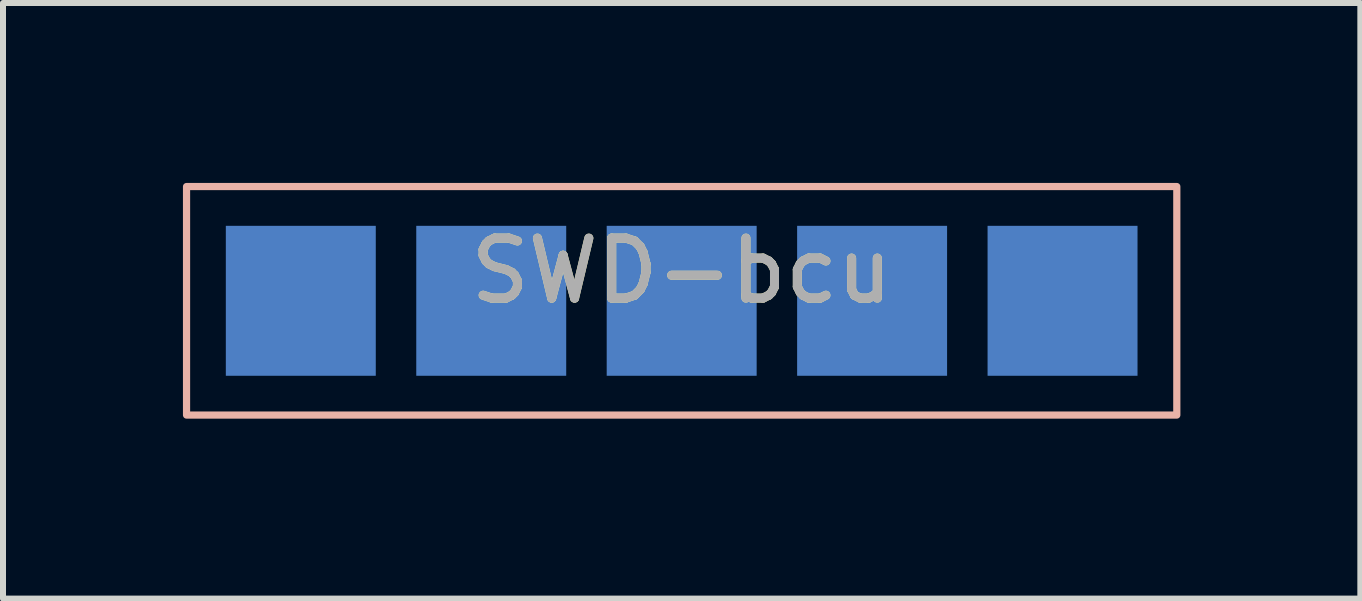
<source format=kicad_pcb>
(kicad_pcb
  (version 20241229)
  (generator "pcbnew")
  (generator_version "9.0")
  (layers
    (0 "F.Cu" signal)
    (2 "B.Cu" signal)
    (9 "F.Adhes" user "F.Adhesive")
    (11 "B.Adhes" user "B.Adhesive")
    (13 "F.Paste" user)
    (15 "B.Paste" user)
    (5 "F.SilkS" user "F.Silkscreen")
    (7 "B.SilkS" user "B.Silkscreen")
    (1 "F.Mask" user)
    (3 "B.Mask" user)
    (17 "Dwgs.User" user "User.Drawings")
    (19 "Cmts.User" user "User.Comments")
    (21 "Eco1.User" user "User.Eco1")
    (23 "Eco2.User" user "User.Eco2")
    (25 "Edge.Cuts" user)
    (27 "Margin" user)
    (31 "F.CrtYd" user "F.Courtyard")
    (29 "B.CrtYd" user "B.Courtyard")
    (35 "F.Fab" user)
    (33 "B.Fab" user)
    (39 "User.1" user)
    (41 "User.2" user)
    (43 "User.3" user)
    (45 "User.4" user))
  (footprint "SWD-bcu"
    (layer "F.Cu")
    (at 8.315 1.965)
    (property "Reference" "SWD-bcu" (at 0 -0.5 0) (unlocked yes) (layer "F.SilkS") (effects (font (size 1 1) (thickness 0.15))))
    (attr smd)
    (fp_rect (start -8.255 -1.905) (end 8.255 1.905) (stroke (width 0.12) (type solid)) (fill no) (layer "B.SilkS"))
    (fp_text user "${REFERENCE}" (at 0 -0.5 0) (unlocked yes) (layer "F.Fab") (effects (font (size 1 1) (thickness 0.15))))
    (pad "1" smd rect (at -6.35 0) (size 2.5 2.5) (layers "B.Cu" "B.Mask" "B.Paste"))
    (pad "2" smd rect (at -3.175 0) (size 2.5 2.5) (layers "B.Cu" "B.Mask" "B.Paste"))
    (pad "3" smd rect (at 0 0) (size 2.5 2.5) (layers "B.Cu" "B.Mask" "B.Paste"))
    (pad "4" smd rect (at 3.175 0) (size 2.5 2.5) (layers "B.Cu" "B.Mask" "B.Paste"))
    (pad "5" smd rect (at 6.35 0) (size 2.5 2.5) (layers "B.Cu" "B.Mask" "B.Paste")))
  (gr_rect
    (start -3 -3)
    (end 19.63 6.93)
    (stroke (width 0.1) (type default))
    (fill no)
    (layer "Edge.Cuts")))
</source>
